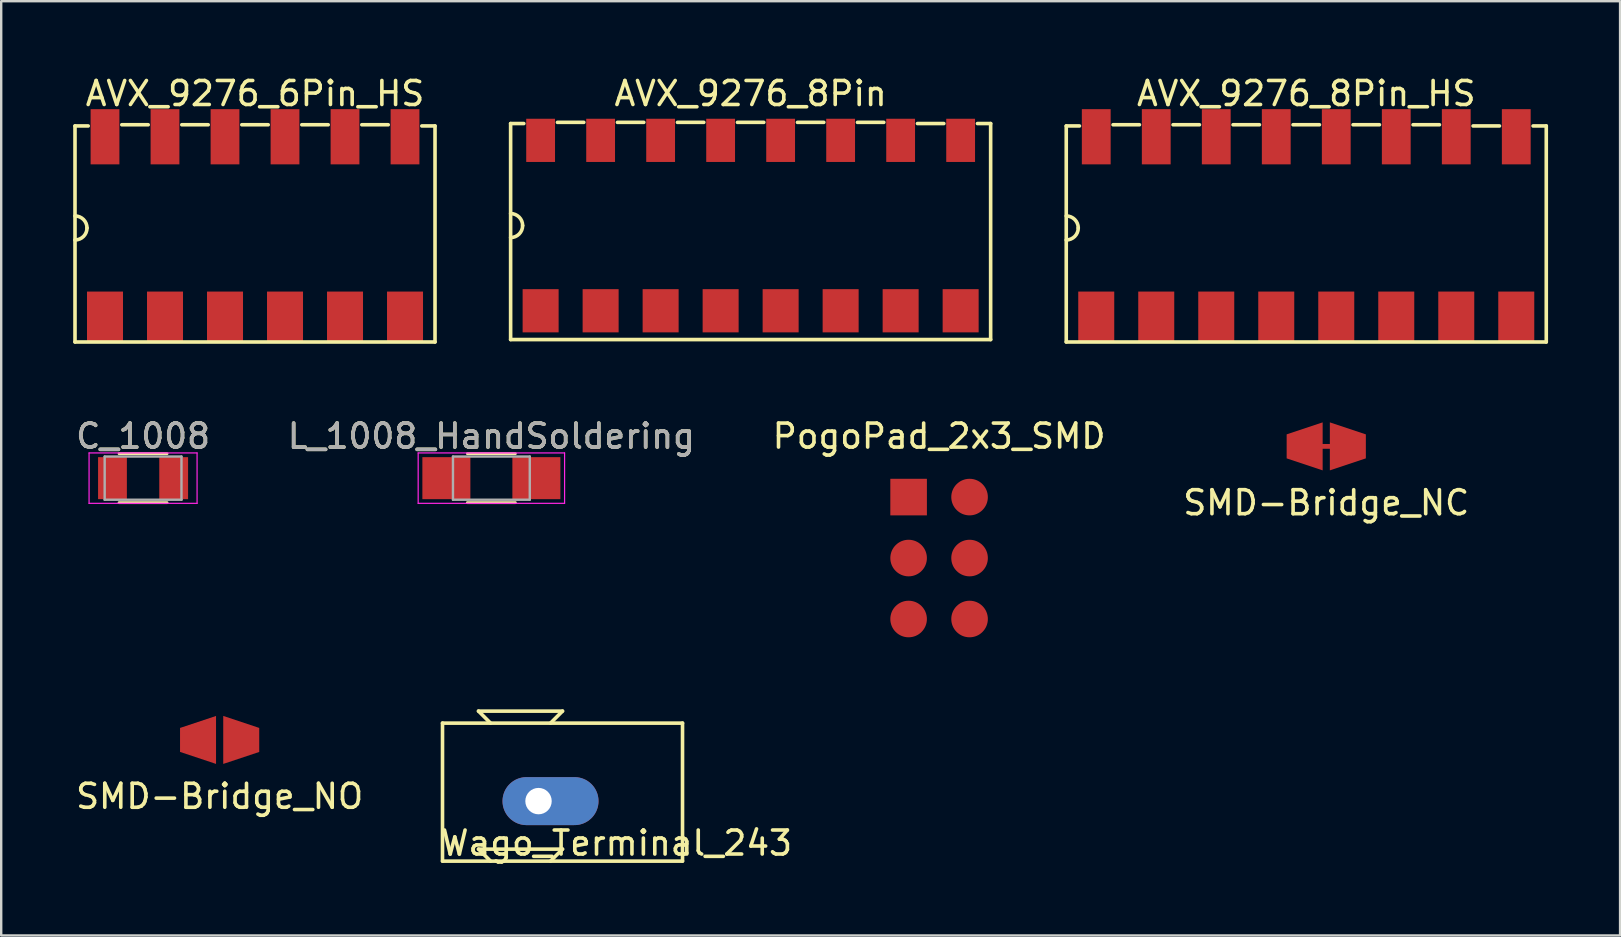
<source format=kicad_pcb>
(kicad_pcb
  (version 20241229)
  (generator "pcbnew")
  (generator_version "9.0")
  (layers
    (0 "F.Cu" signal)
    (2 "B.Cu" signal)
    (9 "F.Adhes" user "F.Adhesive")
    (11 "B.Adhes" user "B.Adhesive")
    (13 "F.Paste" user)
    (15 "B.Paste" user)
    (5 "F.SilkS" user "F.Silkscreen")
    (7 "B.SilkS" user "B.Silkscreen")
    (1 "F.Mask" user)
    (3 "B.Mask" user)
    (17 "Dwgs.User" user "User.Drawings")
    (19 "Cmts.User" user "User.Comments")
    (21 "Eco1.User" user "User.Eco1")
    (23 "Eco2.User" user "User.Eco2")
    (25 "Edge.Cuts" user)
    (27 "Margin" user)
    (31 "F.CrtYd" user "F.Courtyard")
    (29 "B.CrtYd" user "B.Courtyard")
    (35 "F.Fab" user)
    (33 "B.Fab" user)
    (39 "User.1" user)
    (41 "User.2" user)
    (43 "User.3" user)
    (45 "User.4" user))
  (footprint "SMD-Bridge_NO"
    (layer "F.Cu")
    (at 6.101 27.779)
    (property "Reference" "SMD-Bridge_NO" (at 0 2.35 0) (layer "F.SilkS") (effects (font (size 1 1) (thickness 0.15))))
    (attr through_hole)
    (fp_line (start -1.75 -0.6) (end 0 -1.2) (stroke (width 0.15) (type solid)) (layer "F.Mask"))
    (fp_line (start -1.75 0.6) (end -1.75 -0.6) (stroke (width 0.15) (type solid)) (layer "F.Mask"))
    (fp_line (start 0 -1.2) (end 1.75 -0.6) (stroke (width 0.15) (type solid)) (layer "F.Mask"))
    (fp_line (start 0 1.2) (end -1.75 0.6) (stroke (width 0.15) (type solid)) (layer "F.Mask"))
    (fp_line (start 1.75 -0.6) (end 1.75 0.6) (stroke (width 0.15) (type solid)) (layer "F.Mask"))
    (fp_line (start 1.75 0.6) (end 0 1.2) (stroke (width 0.15) (type solid)) (layer "F.Mask"))
    (pad "1" smd trapezoid (at -0.9 0 180) (size 1.5 1.5) (rect_delta 0.5 0) (layers "F.Cu" "F.Mask"))
    (pad "2" smd trapezoid (at 0.9 0) (size 1.5 1.5) (rect_delta 0.5 0) (layers "F.Cu" "F.Mask")))
  (footprint "Wago_Terminal_243"
    (layer "F.Cu")
    (at 19.387 30.328)
    (property "Reference" "Wago_Terminal_243" (at 3.25 1.75 0) (layer "F.SilkS") (effects (font (size 1 1) (thickness 0.15))))
    (attr through_hole)
    (fp_line (start -4 -3.25) (end -4 2.5) (stroke (width 0.15) (type solid)) (layer "F.SilkS"))
    (fp_line (start -4 2.5) (end 6 2.5) (stroke (width 0.15) (type solid)) (layer "F.SilkS"))
    (fp_line (start -2.5 -3.75) (end 1 -3.75) (stroke (width 0.15) (type solid)) (layer "F.SilkS"))
    (fp_line (start -2.5 2) (end 1 2) (stroke (width 0.15) (type solid)) (layer "F.SilkS"))
    (fp_line (start -2 -3.25) (end -2.5 -3.75) (stroke (width 0.15) (type solid)) (layer "F.SilkS"))
    (fp_line (start -2 2.5) (end -2.5 2) (stroke (width 0.15) (type solid)) (layer "F.SilkS"))
    (fp_line (start 1 -3.75) (end 0.5 -3.25) (stroke (width 0.15) (type solid)) (layer "F.SilkS"))
    (fp_line (start 1 2) (end 0.5 2.5) (stroke (width 0.15) (type solid)) (layer "F.SilkS"))
    (fp_line (start 6 -3.25) (end -4 -3.25) (stroke (width 0.15) (type solid)) (layer "F.SilkS"))
    (fp_line (start 6 2.5) (end 6 -3.25) (stroke (width 0.15) (type solid)) (layer "F.SilkS"))
    (pad "1" thru_hole oval (at 0 0) (size 4 2) (drill 1.1 (offset 0.5 0)) (layers "*.Cu" "*.Mask")))
  (footprint "L_1008_HandSoldering"
    (layer "F.Cu")
    (at 17.423 16.872)
    (property "Reference" "L_1008_HandSoldering" (at 0 -1.75 0) (layer "F.SilkS") (effects (font (size 1 1) (thickness 0.15))))
    (attr smd)
    (fp_line (start -1 1.02) (end 1 1.02) (stroke (width 0.12) (type solid)) (layer "F.SilkS"))
    (fp_line (start 1 -1.02) (end -1 -1.02) (stroke (width 0.12) (type solid)) (layer "F.SilkS"))
    (fp_line (start -3.05 -1.05) (end -3.05 1.05) (stroke (width 0.05) (type solid)) (layer "F.CrtYd"))
    (fp_line (start -3.05 -1.05) (end 3.05 -1.05) (stroke (width 0.05) (type solid)) (layer "F.CrtYd"))
    (fp_line (start 3.05 1.05) (end -3.05 1.05) (stroke (width 0.05) (type solid)) (layer "F.CrtYd"))
    (fp_line (start 3.05 1.05) (end 3.05 -1.05) (stroke (width 0.05) (type solid)) (layer "F.CrtYd"))
    (fp_line (start -1.6 -0.9) (end 1.6 -0.9) (stroke (width 0.1) (type solid)) (layer "F.Fab"))
    (fp_line (start -1.6 0.9) (end -1.6 -0.9) (stroke (width 0.1) (type solid)) (layer "F.Fab"))
    (fp_line (start 1.6 -0.9) (end 1.6 0.9) (stroke (width 0.1) (type solid)) (layer "F.Fab"))
    (fp_line (start 1.6 0.9) (end -1.6 0.9) (stroke (width 0.1) (type solid)) (layer "F.Fab"))
    (fp_text user "${REFERENCE}" (at 0 -1.75 0) (layer "F.Fab") (effects (font (size 1 1) (thickness 0.15))))
    (pad "1" smd rect (at -1.875 0) (size 2 1.75) (layers "F.Cu" "F.Mask" "F.Paste"))
    (pad "2" smd rect (at 1.875 0) (size 2 1.75) (layers "F.Cu" "F.Mask" "F.Paste")))
  (footprint "SMD-Bridge_NC"
    (layer "F.Cu")
    (at 52.208 15.548)
    (property "Reference" "SMD-Bridge_NC" (at 0 2.35 0) (layer "F.SilkS") (effects (font (size 1 1) (thickness 0.15))))
    (attr through_hole)
    (fp_line (start -1.75 -0.6) (end 0 -1.2) (stroke (width 0.15) (type solid)) (layer "F.Mask"))
    (fp_line (start -1.75 0.6) (end -1.75 -0.6) (stroke (width 0.15) (type solid)) (layer "F.Mask"))
    (fp_line (start 0 -1.2) (end 1.75 -0.6) (stroke (width 0.15) (type solid)) (layer "F.Mask"))
    (fp_line (start 0 1.2) (end -1.75 0.6) (stroke (width 0.15) (type solid)) (layer "F.Mask"))
    (fp_line (start 1.75 -0.6) (end 1.75 0.6) (stroke (width 0.15) (type solid)) (layer "F.Mask"))
    (fp_line (start 1.75 0.6) (end 0 1.2) (stroke (width 0.15) (type solid)) (layer "F.Mask"))
    (pad "" smd rect (at 0 0) (size 0.4 0.2) (layers "F.Cu" "F.Mask"))
    (pad "1" smd trapezoid (at -0.9 0 180) (size 1.5 1.5) (rect_delta 0.5 0) (layers "F.Cu" "F.Mask"))
    (pad "2" smd trapezoid (at 0.9 0) (size 1.5 1.5) (rect_delta 0.5 0) (layers "F.Cu" "F.Mask")))
  (footprint "C_1008"
    (layer "F.Cu")
    (at 2.911 16.872)
    (property "Reference" "C_1008" (at 0 -1.75 0) (layer "F.SilkS") (effects (font (size 1 1) (thickness 0.15))))
    (attr smd)
    (fp_line (start -1 1.02) (end 1 1.02) (stroke (width 0.12) (type solid)) (layer "F.SilkS"))
    (fp_line (start 1 -1.02) (end -1 -1.02) (stroke (width 0.12) (type solid)) (layer "F.SilkS"))
    (fp_line (start -2.25 -1.05) (end -2.25 1.05) (stroke (width 0.05) (type solid)) (layer "F.CrtYd"))
    (fp_line (start -2.25 -1.05) (end 2.25 -1.05) (stroke (width 0.05) (type solid)) (layer "F.CrtYd"))
    (fp_line (start 2.25 1.05) (end -2.25 1.05) (stroke (width 0.05) (type solid)) (layer "F.CrtYd"))
    (fp_line (start 2.25 1.05) (end 2.25 -1.05) (stroke (width 0.05) (type solid)) (layer "F.CrtYd"))
    (fp_line (start -1.6 -0.9) (end 1.6 -0.9) (stroke (width 0.1) (type solid)) (layer "F.Fab"))
    (fp_line (start -1.6 0.9) (end -1.6 -0.9) (stroke (width 0.1) (type solid)) (layer "F.Fab"))
    (fp_line (start 1.6 -0.9) (end 1.6 0.9) (stroke (width 0.1) (type solid)) (layer "F.Fab"))
    (fp_line (start 1.6 0.9) (end -1.6 0.9) (stroke (width 0.1) (type solid)) (layer "F.Fab"))
    (fp_text user "${REFERENCE}" (at 0 -1.75 0) (layer "F.Fab") (effects (font (size 1 1) (thickness 0.15))))
    (pad "1" smd rect (at -1.275 0) (size 1.2 1.75) (layers "F.Cu" "F.Mask" "F.Paste"))
    (pad "2" smd rect (at 1.275 0) (size 1.2 1.75) (layers "F.Cu" "F.Mask" "F.Paste")))
  (footprint "AVX_9276_6Pin_HS"
    (layer "F.Cu")
    (at 7.575 6.448)
    (property "Reference" "AVX_9276_6Pin_HS" (at 0 -5.6 0) (layer "F.SilkS") (effects (font (size 1 1) (thickness 0.15))))
    (attr through_hole)
    (fp_line (start -7.5 -4.25) (end -7.5 4.75) (stroke (width 0.15) (type solid)) (layer "F.SilkS"))
    (fp_line (start -7.5 -4.25) (end -6.95 -4.25) (stroke (width 0.15) (type solid)) (layer "F.SilkS"))
    (fp_line (start -7.5 4.75) (end 7.5 4.75) (stroke (width 0.15) (type solid)) (layer "F.SilkS"))
    (fp_line (start -4.45 -4.3) (end -5.55 -4.3) (stroke (width 0.15) (type solid)) (layer "F.SilkS"))
    (fp_line (start -1.95 -4.3) (end -3.05 -4.3) (stroke (width 0.15) (type solid)) (layer "F.SilkS"))
    (fp_line (start 0.55 -4.3) (end -0.55 -4.3) (stroke (width 0.15) (type solid)) (layer "F.SilkS"))
    (fp_line (start 3.05 -4.3) (end 1.95 -4.3) (stroke (width 0.15) (type solid)) (layer "F.SilkS"))
    (fp_line (start 5.55 -4.3) (end 4.45 -4.3) (stroke (width 0.15) (type solid)) (layer "F.SilkS"))
    (fp_line (start 7.5 -4.25) (end 6.95 -4.25) (stroke (width 0.15) (type solid)) (layer "F.SilkS"))
    (fp_line (start 7.5 4.75) (end 7.5 -4.25) (stroke (width 0.15) (type solid)) (layer "F.SilkS"))
    (fp_arc (start -7.5 -0.5) (mid -7.146447 -0.353553) (end -7 0) (stroke (width 0.15) (type solid)) (layer "F.SilkS"))
    (fp_arc (start -7 0) (mid -7.146447 0.353553) (end -7.5 0.5) (stroke (width 0.15) (type solid)) (layer "F.SilkS"))
    (pad "1" smd rect (at -6.25 -3.8) (size 1.2 2.3) (layers "F.Cu" "F.Mask" "F.Paste"))
    (pad "1" smd rect (at -6.25 3.7) (size 1.5 2.1) (layers "F.Cu" "F.Mask" "F.Paste"))
    (pad "2" smd rect (at -3.75 -3.8) (size 1.2 2.3) (layers "F.Cu" "F.Mask" "F.Paste"))
    (pad "2" smd rect (at -3.75 3.7) (size 1.5 2.1) (layers "F.Cu" "F.Mask" "F.Paste"))
    (pad "3" smd rect (at -1.25 -3.8) (size 1.2 2.3) (layers "F.Cu" "F.Mask" "F.Paste"))
    (pad "3" smd rect (at -1.25 3.7) (size 1.5 2.1) (layers "F.Cu" "F.Mask" "F.Paste"))
    (pad "4" smd rect (at 1.25 -3.8) (size 1.2 2.3) (layers "F.Cu" "F.Mask" "F.Paste"))
    (pad "4" smd rect (at 1.25 3.7) (size 1.5 2.1) (layers "F.Cu" "F.Mask" "F.Paste"))
    (pad "5" smd rect (at 3.75 -3.8) (size 1.2 2.3) (layers "F.Cu" "F.Mask" "F.Paste"))
    (pad "5" smd rect (at 3.75 3.7) (size 1.5 2.1) (layers "F.Cu" "F.Mask" "F.Paste"))
    (pad "6" smd rect (at 6.25 -3.8) (size 1.2 2.3) (layers "F.Cu" "F.Mask" "F.Paste"))
    (pad "6" smd rect (at 6.25 3.7) (size 1.5 2.1) (layers "F.Cu" "F.Mask" "F.Paste")))
  (footprint "AVX_9276_8Pin_HS"
    (layer "F.Cu")
    (at 51.375 6.448)
    (property "Reference" "AVX_9276_8Pin_HS" (at 0 -5.6 0) (layer "F.SilkS") (effects (font (size 1 1) (thickness 0.15))))
    (attr through_hole)
    (fp_line (start -10 -4.25) (end -10 4.75) (stroke (width 0.15) (type solid)) (layer "F.SilkS"))
    (fp_line (start -10 -4.25) (end -9.45 -4.25) (stroke (width 0.15) (type solid)) (layer "F.SilkS"))
    (fp_line (start -10 4.75) (end 10 4.75) (stroke (width 0.15) (type solid)) (layer "F.SilkS"))
    (fp_line (start -6.95 -4.3) (end -8.05 -4.3) (stroke (width 0.15) (type solid)) (layer "F.SilkS"))
    (fp_line (start -4.45 -4.3) (end -5.55 -4.3) (stroke (width 0.15) (type solid)) (layer "F.SilkS"))
    (fp_line (start -1.95 -4.3) (end -3.05 -4.3) (stroke (width 0.15) (type solid)) (layer "F.SilkS"))
    (fp_line (start 0.55 -4.3) (end -0.55 -4.3) (stroke (width 0.15) (type solid)) (layer "F.SilkS"))
    (fp_line (start 3.05 -4.3) (end 1.95 -4.3) (stroke (width 0.15) (type solid)) (layer "F.SilkS"))
    (fp_line (start 5.55 -4.3) (end 4.45 -4.3) (stroke (width 0.15) (type solid)) (layer "F.SilkS"))
    (fp_line (start 8.05 -4.25) (end 6.95 -4.25) (stroke (width 0.15) (type solid)) (layer "F.SilkS"))
    (fp_line (start 10 -4.25) (end 9.45 -4.25) (stroke (width 0.15) (type solid)) (layer "F.SilkS"))
    (fp_line (start 10 4.75) (end 10 -4.25) (stroke (width 0.15) (type solid)) (layer "F.SilkS"))
    (fp_arc (start -10 -0.5) (mid -9.646447 -0.353553) (end -9.5 0) (stroke (width 0.15) (type solid)) (layer "F.SilkS"))
    (fp_arc (start -9.5 0) (mid -9.646447 0.353553) (end -10 0.5) (stroke (width 0.15) (type solid)) (layer "F.SilkS"))
    (pad "1" smd rect (at -8.75 -3.8) (size 1.2 2.3) (layers "F.Cu" "F.Mask" "F.Paste"))
    (pad "1" smd rect (at -8.75 3.7) (size 1.5 2.1) (layers "F.Cu" "F.Mask" "F.Paste"))
    (pad "2" smd rect (at -6.25 -3.8) (size 1.2 2.3) (layers "F.Cu" "F.Mask" "F.Paste"))
    (pad "2" smd rect (at -6.25 3.7) (size 1.5 2.1) (layers "F.Cu" "F.Mask" "F.Paste"))
    (pad "3" smd rect (at -3.75 -3.8) (size 1.2 2.3) (layers "F.Cu" "F.Mask" "F.Paste"))
    (pad "3" smd rect (at -3.75 3.7) (size 1.5 2.1) (layers "F.Cu" "F.Mask" "F.Paste"))
    (pad "4" smd rect (at -1.25 -3.8) (size 1.2 2.3) (layers "F.Cu" "F.Mask" "F.Paste"))
    (pad "4" smd rect (at -1.25 3.7) (size 1.5 2.1) (layers "F.Cu" "F.Mask" "F.Paste"))
    (pad "5" smd rect (at 1.25 -3.8) (size 1.2 2.3) (layers "F.Cu" "F.Mask" "F.Paste"))
    (pad "5" smd rect (at 1.25 3.7) (size 1.5 2.1) (layers "F.Cu" "F.Mask" "F.Paste"))
    (pad "6" smd rect (at 3.75 -3.8) (size 1.2 2.3) (layers "F.Cu" "F.Mask" "F.Paste"))
    (pad "6" smd rect (at 3.75 3.7) (size 1.5 2.1) (layers "F.Cu" "F.Mask" "F.Paste"))
    (pad "7" smd rect (at 6.25 -3.8) (size 1.2 2.3) (layers "F.Cu" "F.Mask" "F.Paste"))
    (pad "7" smd rect (at 6.25 3.7) (size 1.5 2.1) (layers "F.Cu" "F.Mask" "F.Paste"))
    (pad "8" smd rect (at 8.75 -3.8) (size 1.2 2.3) (layers "F.Cu" "F.Mask" "F.Paste"))
    (pad "8" smd rect (at 8.75 3.7) (size 1.5 2.1) (layers "F.Cu" "F.Mask" "F.Paste")))
  (footprint "PogoPad_2x3_SMD"
    (layer "F.Cu")
    (at 36.077 20.201)
    (property "Reference" "PogoPad_2x3_SMD" (at 0 -5.08 0) (layer "F.SilkS") (effects (font (size 1 1) (thickness 0.15))))
    (attr through_hole)
    (pad "1" smd rect (at -1.27 -2.54) (size 1.524 1.524) (layers "F.Cu" "F.Mask"))
    (pad "2" smd circle (at 1.27 -2.54) (size 1.524 1.524) (layers "F.Cu" "F.Mask"))
    (pad "3" smd circle (at -1.27 0) (size 1.524 1.524) (layers "F.Cu" "F.Mask"))
    (pad "4" smd circle (at 1.27 0) (size 1.524 1.524) (layers "F.Cu" "F.Mask"))
    (pad "5" smd circle (at -1.27 2.54) (size 1.524 1.524) (layers "F.Cu" "F.Mask"))
    (pad "6" smd circle (at 1.27 2.54) (size 1.524 1.524) (layers "F.Cu" "F.Mask")))
  (footprint "AVX_9276_8Pin"
    (layer "F.Cu")
    (at 28.225 6.348)
    (property "Reference" "AVX_9276_8Pin" (at 0 -5.5 0) (layer "F.SilkS") (effects (font (size 1 1) (thickness 0.15))))
    (attr through_hole)
    (fp_line (start -10 -4.25) (end -10 4.75) (stroke (width 0.15) (type solid)) (layer "F.SilkS"))
    (fp_line (start -10 -4.25) (end -9.45 -4.25) (stroke (width 0.15) (type solid)) (layer "F.SilkS"))
    (fp_line (start -10 4.75) (end 10 4.75) (stroke (width 0.15) (type solid)) (layer "F.SilkS"))
    (fp_line (start -6.95 -4.3) (end -8.05 -4.3) (stroke (width 0.15) (type solid)) (layer "F.SilkS"))
    (fp_line (start -4.45 -4.3) (end -5.55 -4.3) (stroke (width 0.15) (type solid)) (layer "F.SilkS"))
    (fp_line (start -1.95 -4.3) (end -3.05 -4.3) (stroke (width 0.15) (type solid)) (layer "F.SilkS"))
    (fp_line (start 0.55 -4.3) (end -0.55 -4.3) (stroke (width 0.15) (type solid)) (layer "F.SilkS"))
    (fp_line (start 3.05 -4.3) (end 1.95 -4.3) (stroke (width 0.15) (type solid)) (layer "F.SilkS"))
    (fp_line (start 5.55 -4.3) (end 4.45 -4.3) (stroke (width 0.15) (type solid)) (layer "F.SilkS"))
    (fp_line (start 8.05 -4.25) (end 6.95 -4.25) (stroke (width 0.15) (type solid)) (layer "F.SilkS"))
    (fp_line (start 10 -4.25) (end 9.45 -4.25) (stroke (width 0.15) (type solid)) (layer "F.SilkS"))
    (fp_line (start 10 4.75) (end 10 -4.25) (stroke (width 0.15) (type solid)) (layer "F.SilkS"))
    (fp_arc (start -10 -0.5) (mid -9.646447 -0.353553) (end -9.5 0) (stroke (width 0.15) (type solid)) (layer "F.SilkS"))
    (fp_arc (start -9.5 0) (mid -9.646447 0.353553) (end -10 0.5) (stroke (width 0.15) (type solid)) (layer "F.SilkS"))
    (pad "1" smd rect (at -8.75 -3.55) (size 1.2 1.8) (layers "F.Cu" "F.Mask" "F.Paste"))
    (pad "1" smd rect (at -8.75 3.55) (size 1.5 1.8) (layers "F.Cu" "F.Mask" "F.Paste"))
    (pad "2" smd rect (at -6.25 -3.55) (size 1.2 1.8) (layers "F.Cu" "F.Mask" "F.Paste"))
    (pad "2" smd rect (at -6.25 3.55) (size 1.5 1.8) (layers "F.Cu" "F.Mask" "F.Paste"))
    (pad "3" smd rect (at -3.75 -3.55) (size 1.2 1.8) (layers "F.Cu" "F.Mask" "F.Paste"))
    (pad "3" smd rect (at -3.75 3.55) (size 1.5 1.8) (layers "F.Cu" "F.Mask" "F.Paste"))
    (pad "4" smd rect (at -1.25 -3.55) (size 1.2 1.8) (layers "F.Cu" "F.Mask" "F.Paste"))
    (pad "4" smd rect (at -1.25 3.55) (size 1.5 1.8) (layers "F.Cu" "F.Mask" "F.Paste"))
    (pad "5" smd rect (at 1.25 -3.55) (size 1.2 1.8) (layers "F.Cu" "F.Mask" "F.Paste"))
    (pad "5" smd rect (at 1.25 3.55) (size 1.5 1.8) (layers "F.Cu" "F.Mask" "F.Paste"))
    (pad "6" smd rect (at 3.75 -3.55) (size 1.2 1.8) (layers "F.Cu" "F.Mask" "F.Paste"))
    (pad "6" smd rect (at 3.75 3.55) (size 1.5 1.8) (layers "F.Cu" "F.Mask" "F.Paste"))
    (pad "7" smd rect (at 6.25 -3.55) (size 1.2 1.8) (layers "F.Cu" "F.Mask" "F.Paste"))
    (pad "7" smd rect (at 6.25 3.55) (size 1.5 1.8) (layers "F.Cu" "F.Mask" "F.Paste"))
    (pad "8" smd rect (at 8.75 -3.55) (size 1.2 1.8) (layers "F.Cu" "F.Mask" "F.Paste"))
    (pad "8" smd rect (at 8.75 3.55) (size 1.5 1.8) (layers "F.Cu" "F.Mask" "F.Paste")))
  (gr_rect
    (start -3 -3)
    (end 64.45 35.927)
    (stroke (width 0.1) (type default))
    (fill no)
    (layer "Edge.Cuts")))
</source>
